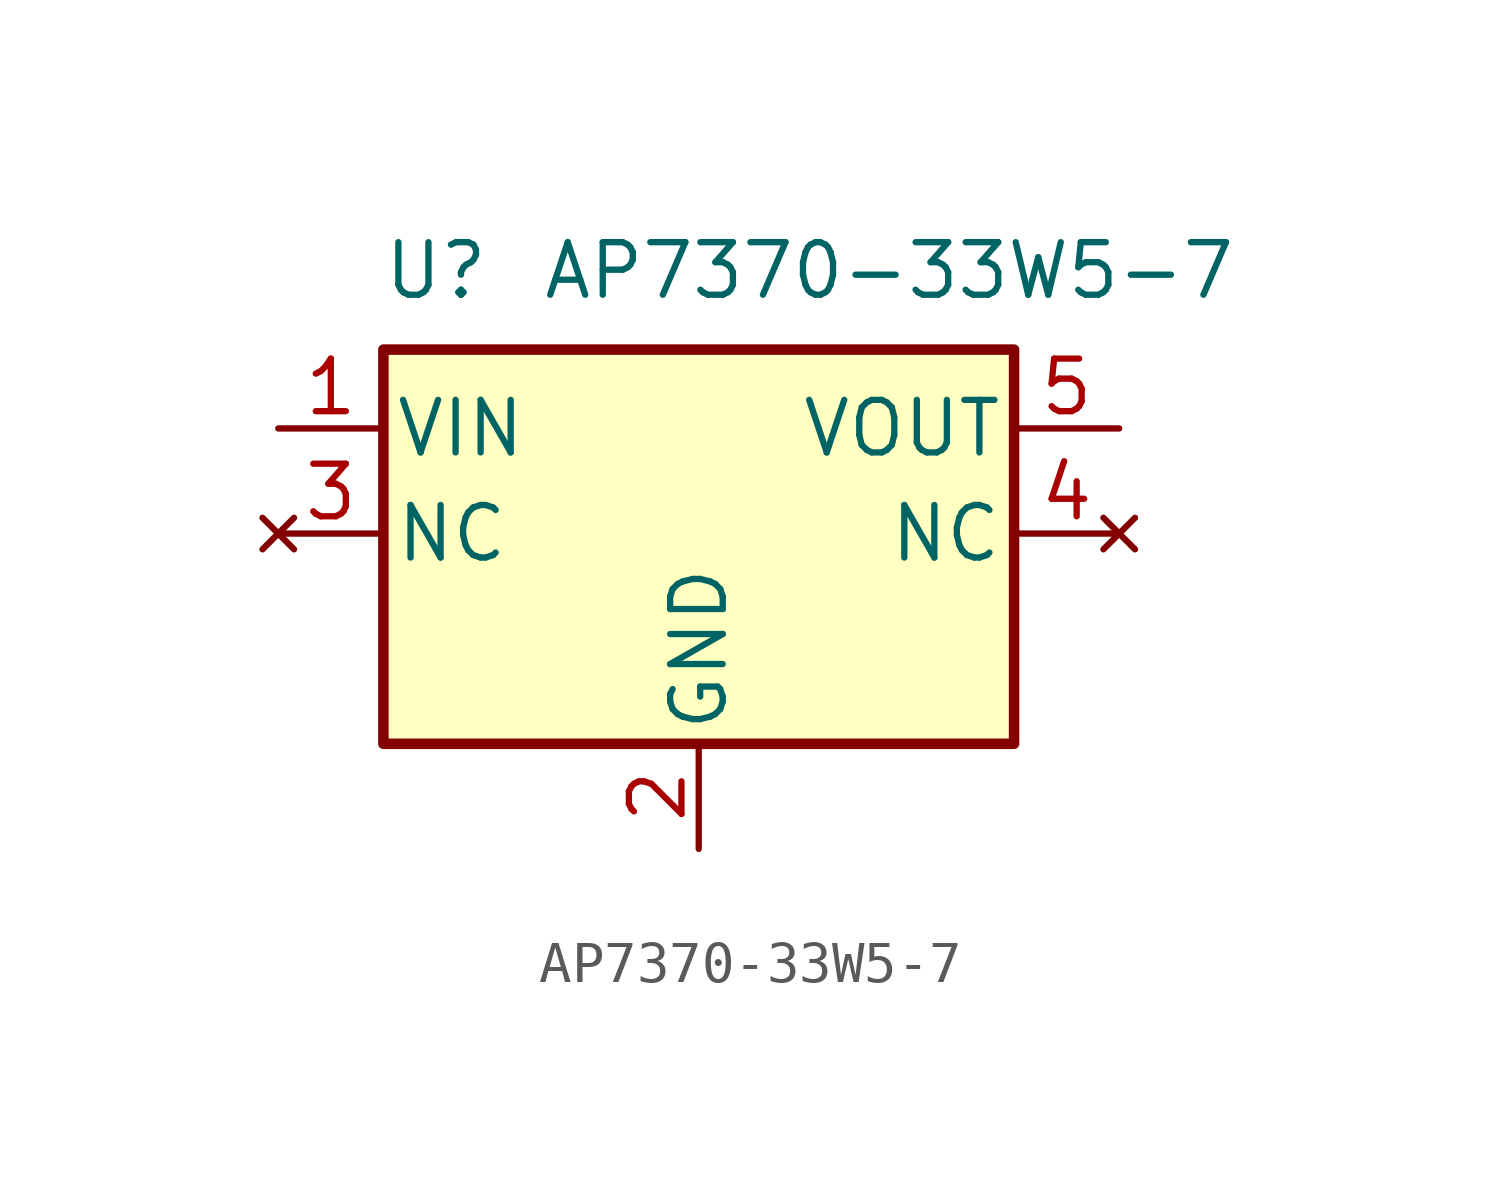
<source format=kicad_sym>
(kicad_symbol_lib
  (version 20201005)
  (generator kicad_symbol_editor)
  (symbol "Placebo:AP7370-33W5-7"
    (pin_names
      (offset 0.254))
    (property "Reference" "U"
      (at -6.35 6.35 0)
      (effects (font (size 1.27 1.27))))
    (property "Value" "AP7370-33W5-7"
      (at -3.81 6.35 0)
      (effects (font (size 1.27 1.27)) (justify left)))
    (symbol "AP7370-33W5-7_0_1"
      (rectangle (start -7.62 4.445) (end 7.62 -5.08) (stroke (width 0.254)) (fill (type background))))
    (symbol "AP7370-33W5-7_1_1"
      (pin power_in line (at -10.16 2.54 0) (length 2.54) (name "VIN" (effects (font (size 1.27 1.27)))) (number "1" (effects (font (size 1.27 1.27)))))
      (pin power_in line (at 0 -7.62 90) (length 2.54) (name "GND" (effects (font (size 1.27 1.27)))) (number "2" (effects (font (size 1.27 1.27)))))
      (pin no_connect line (at -10.16 0 0) (length 2.54) (name "NC" (effects (font (size 1.27 1.27)))) (number "3" (effects (font (size 1.27 1.27)))))
      (pin no_connect line (at 10.16 0 180) (length 2.54) (name "NC" (effects (font (size 1.27 1.27)))) (number "4" (effects (font (size 1.27 1.27)))))
      (pin power_out line (at 10.16 2.54 180) (length 2.54) (name "VOUT" (effects (font (size 1.27 1.27)))) (number "5" (effects (font (size 1.27 1.27))))))))
</source>
